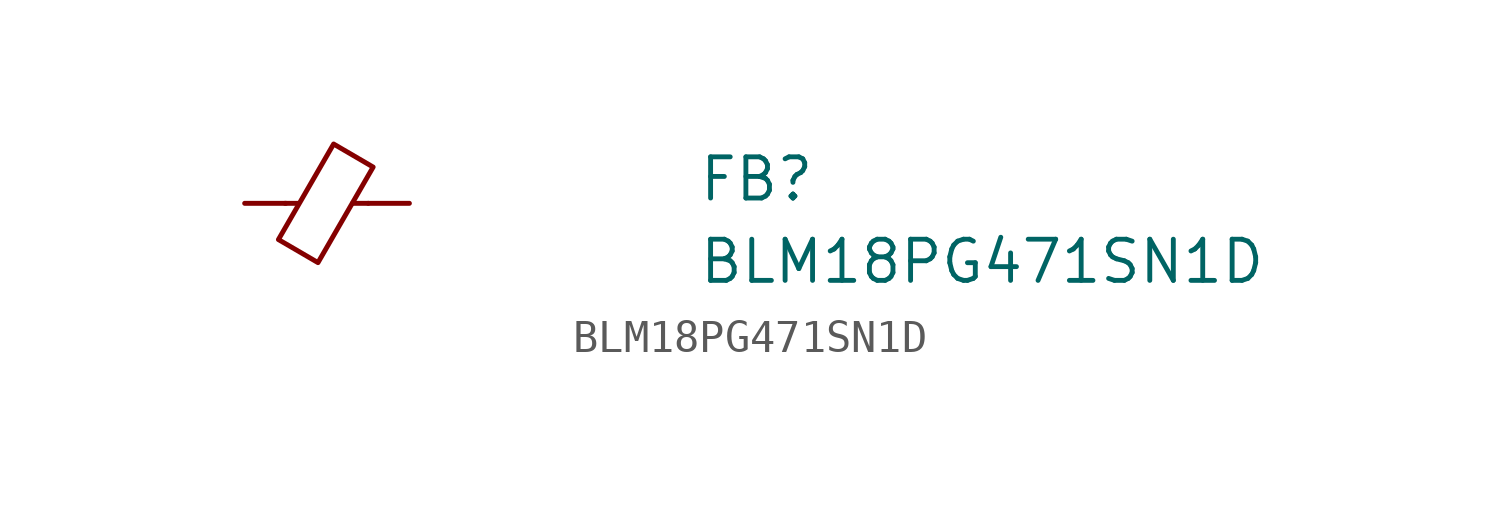
<source format=kicad_sym>
(kicad_symbol_lib
  (version 20211014)
  (generator kicad_symbol_editor)
  (symbol "BLM18PG471SN1D"
    (pin_numbers hide)
    (pin_names hide)
    (property "Reference" "FB"
      (at 13.97 0 0)
      (effects (font (size 1.27 1.27) (thickness 0.15)) (justify left bottom)))
    (property "Value" "BLM18PG471SN1D"
      (at 13.97 -2.54 0)
      (effects (font (size 1.27 1.27) (thickness 0.15)) (justify left bottom)))
    (symbol "BLM18PG471SN1D_0_1"
      (polyline (pts (xy 1.651 0) (xy 1.245 0)) (stroke (width 0) (type default) (color 0 0 0 0)) (fill (type none)))
      (polyline (pts (xy 3.81 0) (xy 3.327 0)) (stroke (width 0) (type default) (color 0 0 0 0)) (fill (type none)))
      (polyline (pts (xy 2.261 -1.829) (xy 1.041 -1.118) (xy 2.743 1.829) (xy 3.962 1.118) (xy 2.261 -1.829)) (stroke (width 0) (type default) (color 0 0 0 0)) (fill (type none))))
    (symbol "BLM18PG471SN1D_1_1"
      (pin passive line (at 0 0 0) (length 1.27) (name "~" (effects (font (size 1.27 1.27)))) (number "1" (effects (font (size 1.27 1.27)))))
      (pin passive line (at 5.08 0 180) (length 1.27) (name "~" (effects (font (size 1.27 1.27)))) (number "2" (effects (font (size 1.27 1.27))))))))
</source>
